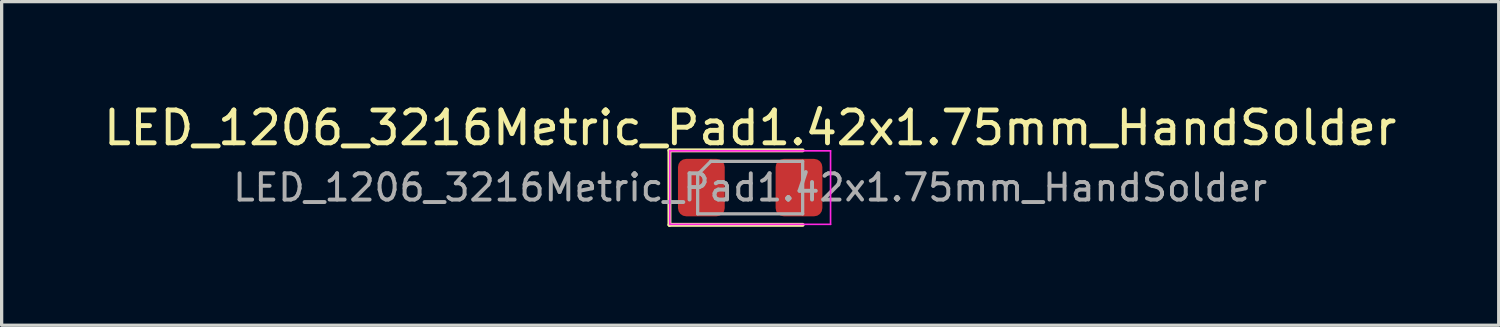
<source format=kicad_pcb>
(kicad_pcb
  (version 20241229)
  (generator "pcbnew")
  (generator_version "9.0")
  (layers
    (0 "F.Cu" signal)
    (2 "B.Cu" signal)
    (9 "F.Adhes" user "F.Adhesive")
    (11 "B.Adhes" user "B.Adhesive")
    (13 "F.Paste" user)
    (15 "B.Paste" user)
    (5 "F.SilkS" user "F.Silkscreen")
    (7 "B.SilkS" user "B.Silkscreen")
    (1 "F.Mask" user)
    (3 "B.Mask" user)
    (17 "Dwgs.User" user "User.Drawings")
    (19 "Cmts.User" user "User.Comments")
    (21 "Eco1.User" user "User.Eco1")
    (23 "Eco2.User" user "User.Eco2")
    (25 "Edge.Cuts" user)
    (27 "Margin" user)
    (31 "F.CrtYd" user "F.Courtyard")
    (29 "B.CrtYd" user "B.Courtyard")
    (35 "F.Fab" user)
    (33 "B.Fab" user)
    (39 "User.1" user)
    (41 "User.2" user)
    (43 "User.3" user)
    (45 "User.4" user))
  (footprint "LED_1206_3216Metric_Pad1.42x1.75mm_HandSolder"
    (layer "F.Cu")
    (at 19.815 2.668)
    (property "Reference" "LED_1206_3216Metric_Pad1.42x1.75mm_HandSolder" (at 0 -1.82 180) (layer "F.SilkS") (effects (font (size 1 1) (thickness 0.15))))
    (attr smd)
    (fp_line (start -2.46 -1.135) (end -2.46 1.135) (stroke (width 0.12) (type solid)) (layer "F.SilkS"))
    (fp_line (start -2.46 1.135) (end 1.6 1.135) (stroke (width 0.12) (type solid)) (layer "F.SilkS"))
    (fp_line (start 1.6 -1.135) (end -2.46 -1.135) (stroke (width 0.12) (type solid)) (layer "F.SilkS"))
    (fp_line (start -2.45 -1.12) (end 2.45 -1.12) (stroke (width 0.05) (type solid)) (layer "F.CrtYd"))
    (fp_line (start -2.45 1.12) (end -2.45 -1.12) (stroke (width 0.05) (type solid)) (layer "F.CrtYd"))
    (fp_line (start 2.45 -1.12) (end 2.45 1.12) (stroke (width 0.05) (type solid)) (layer "F.CrtYd"))
    (fp_line (start 2.45 1.12) (end -2.45 1.12) (stroke (width 0.05) (type solid)) (layer "F.CrtYd"))
    (fp_line (start -1.6 -0.4) (end -1.6 0.8) (stroke (width 0.1) (type solid)) (layer "F.Fab"))
    (fp_line (start -1.6 0.8) (end 1.6 0.8) (stroke (width 0.1) (type solid)) (layer "F.Fab"))
    (fp_line (start -1.2 -0.8) (end -1.6 -0.4) (stroke (width 0.1) (type solid)) (layer "F.Fab"))
    (fp_line (start 1.6 -0.8) (end -1.2 -0.8) (stroke (width 0.1) (type solid)) (layer "F.Fab"))
    (fp_line (start 1.6 0.8) (end 1.6 -0.8) (stroke (width 0.1) (type solid)) (layer "F.Fab"))
    (fp_text user "${REFERENCE}" (at 0 0 180) (layer "F.Fab") (effects (font (size 0.8 0.8) (thickness 0.12))))
    (pad "1" smd roundrect (at -1.488 0) (size 1.425 1.75) (layers "F.Cu" "F.Mask" "F.Paste") (roundrect_rratio 0.175))
    (pad "2" smd roundrect (at 1.488 0) (size 1.425 1.75) (layers "F.Cu" "F.Mask" "F.Paste") (roundrect_rratio 0.175)))
  (gr_rect
    (start -3 -3)
    (end 42.631 6.863)
    (stroke (width 0.1) (type default))
    (fill no)
    (layer "Edge.Cuts")))
</source>
